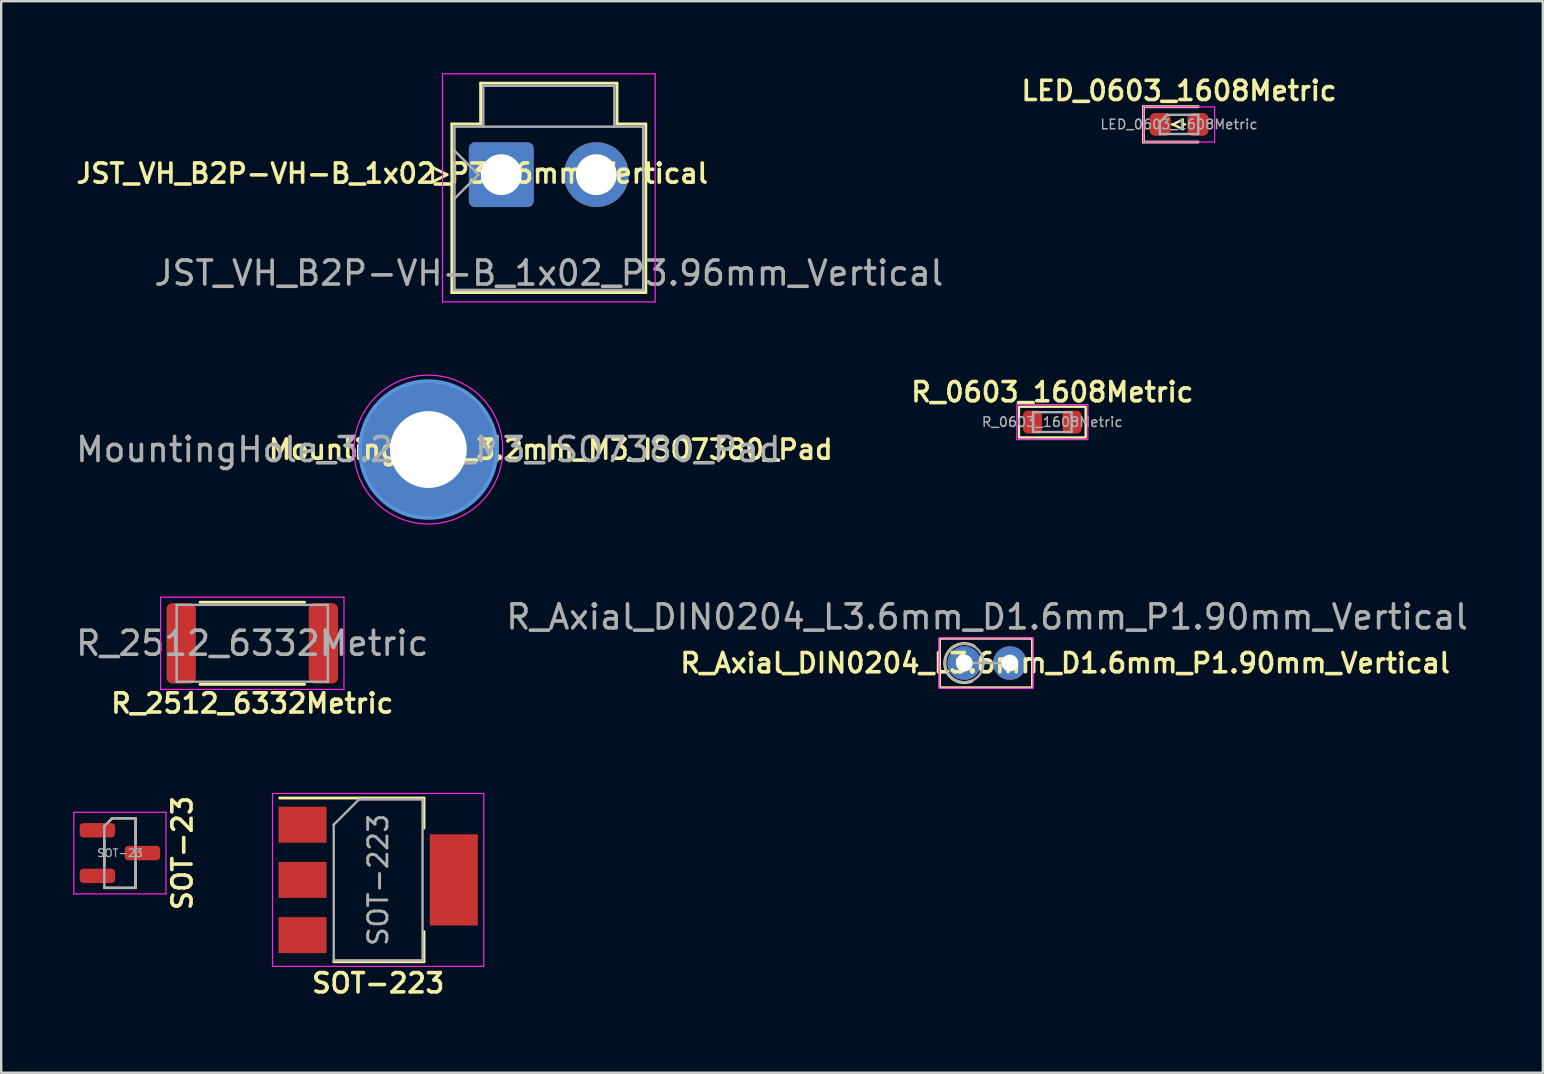
<source format=kicad_pcb>
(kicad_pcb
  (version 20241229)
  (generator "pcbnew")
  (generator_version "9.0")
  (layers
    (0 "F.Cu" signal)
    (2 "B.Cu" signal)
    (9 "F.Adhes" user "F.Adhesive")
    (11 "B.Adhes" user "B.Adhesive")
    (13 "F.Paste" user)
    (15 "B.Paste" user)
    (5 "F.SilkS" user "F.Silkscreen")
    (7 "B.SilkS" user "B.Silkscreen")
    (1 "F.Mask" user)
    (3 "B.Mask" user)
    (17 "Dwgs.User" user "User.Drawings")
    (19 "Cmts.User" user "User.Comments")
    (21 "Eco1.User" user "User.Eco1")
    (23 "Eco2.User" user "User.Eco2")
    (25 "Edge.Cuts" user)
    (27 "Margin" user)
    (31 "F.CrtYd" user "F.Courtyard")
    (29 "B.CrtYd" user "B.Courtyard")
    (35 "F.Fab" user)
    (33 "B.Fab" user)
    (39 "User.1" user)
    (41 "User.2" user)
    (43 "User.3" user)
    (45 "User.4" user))
  (footprint "SOT-223"
    (layer "F.Cu")
    (at 12.701 33.601)
    (property "Reference" "SOT-223" (at 0 4.3 0) (layer "F.SilkS") (effects (font (size 0.8 0.8) (thickness 0.15))))
    (attr smd)
    (fp_line (start -4.1 -3.41) (end 1.91 -3.41) (stroke (width 0.12) (type solid)) (layer "F.SilkS"))
    (fp_line (start -1.85 3.41) (end 1.91 3.41) (stroke (width 0.12) (type solid)) (layer "F.SilkS"))
    (fp_line (start 1.91 -3.41) (end 1.91 -2.15) (stroke (width 0.12) (type solid)) (layer "F.SilkS"))
    (fp_line (start 1.91 3.41) (end 1.91 2.15) (stroke (width 0.12) (type solid)) (layer "F.SilkS"))
    (fp_line (start -4.4 -3.6) (end -4.4 3.6) (stroke (width 0.05) (type solid)) (layer "F.CrtYd"))
    (fp_line (start -4.4 3.6) (end 4.4 3.6) (stroke (width 0.05) (type solid)) (layer "F.CrtYd"))
    (fp_line (start 4.4 -3.6) (end -4.4 -3.6) (stroke (width 0.05) (type solid)) (layer "F.CrtYd"))
    (fp_line (start 4.4 3.6) (end 4.4 -3.6) (stroke (width 0.05) (type solid)) (layer "F.CrtYd"))
    (fp_line (start -1.85 -2.3) (end -1.85 3.35) (stroke (width 0.1) (type solid)) (layer "F.Fab"))
    (fp_line (start -1.85 -2.3) (end -0.8 -3.35) (stroke (width 0.1) (type solid)) (layer "F.Fab"))
    (fp_line (start -1.85 3.35) (end 1.85 3.35) (stroke (width 0.1) (type solid)) (layer "F.Fab"))
    (fp_line (start -0.8 -3.35) (end 1.85 -3.35) (stroke (width 0.1) (type solid)) (layer "F.Fab"))
    (fp_line (start 1.85 -3.35) (end 1.85 3.35) (stroke (width 0.1) (type solid)) (layer "F.Fab"))
    (fp_text user "${REFERENCE}" (at 0 0 90) (layer "F.Fab") (effects (font (size 0.8 0.8) (thickness 0.12))))
    (pad "1" smd rect (at -3.15 -2.3) (size 2 1.5) (layers "F.Cu" "F.Mask" "F.Paste"))
    (pad "2" smd rect (at -3.15 0) (size 2 1.5) (layers "F.Cu" "F.Mask" "F.Paste"))
    (pad "3" smd rect (at -3.15 2.3) (size 2 1.5) (layers "F.Cu" "F.Mask" "F.Paste"))
    (pad "4" smd rect (at 3.15 0) (size 2 3.8) (layers "F.Cu" "F.Mask" "F.Paste")))
  (footprint "LED_0603_1608Metric"
    (layer "F.Cu")
    (at 46.061 2.131)
    (property "Reference" "LED_0603_1608Metric" (at 0 -1.4 0) (layer "F.SilkS") (effects (font (size 0.8 0.8) (thickness 0.15))))
    (attr smd)
    (fp_line (start -1.485 -0.735) (end -1.485 0.735) (stroke (width 0.12) (type solid)) (layer "F.SilkS"))
    (fp_line (start -1.485 0.735) (end 0.8 0.735) (stroke (width 0.12) (type solid)) (layer "F.SilkS"))
    (fp_line (start -0.25 0) (end -0.3 0) (stroke (width 0.1) (type default)) (layer "F.SilkS"))
    (fp_line (start -0.25 0) (end 0.15 0.2) (stroke (width 0.1) (type default)) (layer "F.SilkS"))
    (fp_line (start 0.15 -0.2) (end -0.25 0) (stroke (width 0.1) (type default)) (layer "F.SilkS"))
    (fp_line (start 0.15 0) (end 0.25 0) (stroke (width 0.1) (type default)) (layer "F.SilkS"))
    (fp_line (start 0.15 0.2) (end 0.15 -0.2) (stroke (width 0.1) (type default)) (layer "F.SilkS"))
    (fp_line (start 0.8 -0.735) (end -1.485 -0.735) (stroke (width 0.12) (type solid)) (layer "F.SilkS"))
    (fp_line (start -1.48 -0.73) (end 1.48 -0.73) (stroke (width 0.05) (type solid)) (layer "F.CrtYd"))
    (fp_line (start -1.48 0.73) (end -1.48 -0.73) (stroke (width 0.05) (type solid)) (layer "F.CrtYd"))
    (fp_line (start 1.48 -0.73) (end 1.48 0.73) (stroke (width 0.05) (type solid)) (layer "F.CrtYd"))
    (fp_line (start 1.48 0.73) (end -1.48 0.73) (stroke (width 0.05) (type solid)) (layer "F.CrtYd"))
    (fp_line (start -0.8 -0.1) (end -0.8 0.4) (stroke (width 0.1) (type solid)) (layer "F.Fab"))
    (fp_line (start -0.8 0.4) (end 0.8 0.4) (stroke (width 0.1) (type solid)) (layer "F.Fab"))
    (fp_line (start -0.5 -0.4) (end -0.8 -0.1) (stroke (width 0.1) (type solid)) (layer "F.Fab"))
    (fp_line (start 0.8 -0.4) (end -0.5 -0.4) (stroke (width 0.1) (type solid)) (layer "F.Fab"))
    (fp_line (start 0.8 0.4) (end 0.8 -0.4) (stroke (width 0.1) (type solid)) (layer "F.Fab"))
    (fp_text user "${REFERENCE}" (at 0 0 0) (layer "F.Fab") (effects (font (size 0.4 0.4) (thickness 0.06))))
    (pad "1" smd roundrect (at -0.787 0) (size 0.875 0.95) (layers "F.Cu" "F.Mask" "F.Paste") (roundrect_rratio 0.25))
    (pad "2" smd roundrect (at 0.787 0) (size 0.875 0.95) (layers "F.Cu" "F.Mask" "F.Paste") (roundrect_rratio 0.25)))
  (footprint "JST_VH_B2P-VH-B_1x02_P3.96mm_Vertical"
    (layer "F.Cu")
    (at 17.83 4.225)
    (property "Reference" "JST_VH_B2P-VH-B_1x02_P3.96mm_Vertical" (at -4.543 -0.05 0) (layer "F.SilkS") (effects (font (size 0.8 0.8) (thickness 0.15))))
    (attr through_hole)
    (fp_line (start -2.86 -0.3) (end -2.26 0) (stroke (width 0.12) (type solid)) (layer "F.SilkS"))
    (fp_line (start -2.86 0.3) (end -2.86 -0.3) (stroke (width 0.12) (type solid)) (layer "F.SilkS"))
    (fp_line (start -2.26 0) (end -2.86 0.3) (stroke (width 0.12) (type solid)) (layer "F.SilkS"))
    (fp_line (start -2.06 -2.11) (end -0.86 -2.11) (stroke (width 0.12) (type solid)) (layer "F.SilkS"))
    (fp_line (start -2.06 4.91) (end -2.06 -2.11) (stroke (width 0.12) (type solid)) (layer "F.SilkS"))
    (fp_line (start -0.86 -3.81) (end 4.82 -3.81) (stroke (width 0.12) (type solid)) (layer "F.SilkS"))
    (fp_line (start -0.86 -2.11) (end -0.86 -3.81) (stroke (width 0.12) (type solid)) (layer "F.SilkS"))
    (fp_line (start 4.82 -3.81) (end 4.82 -2.11) (stroke (width 0.12) (type solid)) (layer "F.SilkS"))
    (fp_line (start 4.82 -2.11) (end 6.02 -2.11) (stroke (width 0.12) (type solid)) (layer "F.SilkS"))
    (fp_line (start 6.02 -2.11) (end 6.02 4.91) (stroke (width 0.12) (type solid)) (layer "F.SilkS"))
    (fp_line (start 6.02 4.91) (end -2.06 4.91) (stroke (width 0.12) (type solid)) (layer "F.SilkS"))
    (fp_line (start -2.45 -4.2) (end -2.45 5.3) (stroke (width 0.05) (type solid)) (layer "F.CrtYd"))
    (fp_line (start -2.45 5.3) (end 6.41 5.3) (stroke (width 0.05) (type solid)) (layer "F.CrtYd"))
    (fp_line (start 6.41 -4.2) (end -2.45 -4.2) (stroke (width 0.05) (type solid)) (layer "F.CrtYd"))
    (fp_line (start 6.41 5.3) (end 6.41 -4.2) (stroke (width 0.05) (type solid)) (layer "F.CrtYd"))
    (fp_line (start -1.95 -2) (end -1.95 4.8) (stroke (width 0.1) (type solid)) (layer "F.Fab"))
    (fp_line (start -1.95 -1) (end -0.95 0) (stroke (width 0.1) (type solid)) (layer "F.Fab"))
    (fp_line (start -1.95 1) (end -0.95 0) (stroke (width 0.1) (type solid)) (layer "F.Fab"))
    (fp_line (start -1.95 4.8) (end 5.91 4.8) (stroke (width 0.1) (type solid)) (layer "F.Fab"))
    (fp_line (start -0.75 -3.7) (end 4.71 -3.7) (stroke (width 0.1) (type solid)) (layer "F.Fab"))
    (fp_line (start -0.75 -2) (end -0.75 -3.7) (stroke (width 0.1) (type solid)) (layer "F.Fab"))
    (fp_line (start 4.71 -3.7) (end 4.71 -2) (stroke (width 0.1) (type solid)) (layer "F.Fab"))
    (fp_line (start 5.91 -2) (end -1.95 -2) (stroke (width 0.1) (type solid)) (layer "F.Fab"))
    (fp_line (start 5.91 4.8) (end 5.91 -2) (stroke (width 0.1) (type solid)) (layer "F.Fab"))
    (fp_text user "${REFERENCE}" (at 1.98 4.1 0) (layer "F.Fab") (effects (font (size 1 1) (thickness 0.15))))
    (pad "1" thru_hole roundrect (at 0 0) (size 2.7 2.7) (drill 1.7) (layers "*.Cu" "*.Mask") (roundrect_rratio 0.093))
    (pad "2" thru_hole circle (at 3.96 0) (size 2.7 2.7) (drill 1.7) (layers "*.Cu" "*.Mask")))
  (footprint "SOT-23"
    (layer "F.Cu")
    (at 1.945 32.483)
    (property "Reference" "SOT-23" (at 2.6 0 90) (layer "F.SilkS") (effects (font (size 0.8 0.8) (thickness 0.15))))
    (attr smd)
    (fp_line (start -0.65 -0.54) (end -0.65 0.56) (stroke (width 0.1) (type default)) (layer "F.SilkS"))
    (fp_line (start -0.32 -1.45) (end -0.46 -1.31) (stroke (width 0.1) (type default)) (layer "F.SilkS"))
    (fp_line (start 0.65 -1.45) (end -0.32 -1.45) (stroke (width 0.1) (type default)) (layer "F.SilkS"))
    (fp_line (start 0.65 -1.45) (end 0.65 -0.38) (stroke (width 0.1) (type default)) (layer "F.SilkS"))
    (fp_line (start 0.65 0.38) (end 0.65 1.45) (stroke (width 0.1) (type default)) (layer "F.SilkS"))
    (fp_line (start 0.65 1.45) (end -0.65 1.45) (stroke (width 0.1) (type default)) (layer "F.SilkS"))
    (fp_line (start -1.92 -1.7) (end -1.92 1.7) (stroke (width 0.05) (type solid)) (layer "F.CrtYd"))
    (fp_line (start -1.92 1.7) (end 1.92 1.7) (stroke (width 0.05) (type solid)) (layer "F.CrtYd"))
    (fp_line (start 1.92 -1.7) (end -1.92 -1.7) (stroke (width 0.05) (type solid)) (layer "F.CrtYd"))
    (fp_line (start 1.92 1.7) (end 1.92 -1.7) (stroke (width 0.05) (type solid)) (layer "F.CrtYd"))
    (fp_line (start -0.65 -1.125) (end -0.325 -1.45) (stroke (width 0.1) (type solid)) (layer "F.Fab"))
    (fp_line (start -0.65 1.45) (end -0.65 -1.125) (stroke (width 0.1) (type solid)) (layer "F.Fab"))
    (fp_line (start -0.325 -1.45) (end 0.65 -1.45) (stroke (width 0.1) (type solid)) (layer "F.Fab"))
    (fp_line (start 0.65 -1.45) (end 0.65 1.45) (stroke (width 0.1) (type solid)) (layer "F.Fab"))
    (fp_line (start 0.65 1.45) (end -0.65 1.45) (stroke (width 0.1) (type solid)) (layer "F.Fab"))
    (fp_text user "${REFERENCE}" (at 0 0 0) (layer "F.Fab") (effects (font (size 0.32 0.32) (thickness 0.05))))
    (pad "1" smd roundrect (at -0.938 -0.95) (size 1.475 0.6) (layers "F.Cu" "F.Mask" "F.Paste") (roundrect_rratio 0.25))
    (pad "2" smd roundrect (at -0.938 0.95) (size 1.475 0.6) (layers "F.Cu" "F.Mask" "F.Paste") (roundrect_rratio 0.25))
    (pad "3" smd roundrect (at 0.938 0) (size 1.475 0.6) (layers "F.Cu" "F.Mask" "F.Paste") (roundrect_rratio 0.25)))
  (footprint "R_0603_1608Metric"
    (layer "F.Cu")
    (at 40.782 14.531)
    (property "Reference" "R_0603_1608Metric" (at 0 -1.25 0) (layer "F.SilkS") (effects (font (size 0.8 0.8) (thickness 0.15))))
    (attr smd)
    (fp_rect (start -1.39 -0.64) (end 1.39 0.64) (stroke (width 0.1) (type default)) (fill no) (layer "F.SilkS"))
    (fp_line (start -1.48 -0.73) (end 1.48 -0.73) (stroke (width 0.05) (type solid)) (layer "F.CrtYd"))
    (fp_line (start -1.48 0.73) (end -1.48 -0.73) (stroke (width 0.05) (type solid)) (layer "F.CrtYd"))
    (fp_line (start 1.48 -0.73) (end 1.48 0.73) (stroke (width 0.05) (type solid)) (layer "F.CrtYd"))
    (fp_line (start 1.48 0.73) (end -1.48 0.73) (stroke (width 0.05) (type solid)) (layer "F.CrtYd"))
    (fp_line (start -0.8 -0.412) (end 0.8 -0.412) (stroke (width 0.1) (type solid)) (layer "F.Fab"))
    (fp_line (start -0.8 0.412) (end -0.8 -0.412) (stroke (width 0.1) (type solid)) (layer "F.Fab"))
    (fp_line (start 0.8 -0.412) (end 0.8 0.412) (stroke (width 0.1) (type solid)) (layer "F.Fab"))
    (fp_line (start 0.8 0.412) (end -0.8 0.412) (stroke (width 0.1) (type solid)) (layer "F.Fab"))
    (fp_text user "${REFERENCE}" (at 0 0 0) (layer "F.Fab") (effects (font (size 0.4 0.4) (thickness 0.06))))
    (pad "1" smd roundrect (at -0.825 0) (size 0.8 0.95) (layers "F.Cu" "F.Mask" "F.Paste") (roundrect_rratio 0.25))
    (pad "2" smd roundrect (at 0.825 0) (size 0.8 0.95) (layers "F.Cu" "F.Mask" "F.Paste") (roundrect_rratio 0.25)))
  (footprint "R_2512_6332Metric"
    (layer "F.Cu")
    (at 7.458 23.745)
    (property "Reference" "R_2512_6332Metric" (at 0 2.5 180) (layer "F.SilkS") (effects (font (size 0.8 0.8) (thickness 0.15))))
    (attr smd)
    (fp_line (start -2.177 -1.71) (end 2.177 -1.71) (stroke (width 0.12) (type solid)) (layer "F.SilkS"))
    (fp_line (start -2.177 1.71) (end 2.177 1.71) (stroke (width 0.12) (type solid)) (layer "F.SilkS"))
    (fp_line (start -3.82 -1.92) (end 3.82 -1.92) (stroke (width 0.05) (type solid)) (layer "F.CrtYd"))
    (fp_line (start -3.82 1.92) (end -3.82 -1.92) (stroke (width 0.05) (type solid)) (layer "F.CrtYd"))
    (fp_line (start 3.82 -1.92) (end 3.82 1.92) (stroke (width 0.05) (type solid)) (layer "F.CrtYd"))
    (fp_line (start 3.82 1.92) (end -3.82 1.92) (stroke (width 0.05) (type solid)) (layer "F.CrtYd"))
    (fp_line (start -3.15 -1.6) (end 3.15 -1.6) (stroke (width 0.1) (type solid)) (layer "F.Fab"))
    (fp_line (start -3.15 1.6) (end -3.15 -1.6) (stroke (width 0.1) (type solid)) (layer "F.Fab"))
    (fp_line (start 3.15 -1.6) (end 3.15 1.6) (stroke (width 0.1) (type solid)) (layer "F.Fab"))
    (fp_line (start 3.15 1.6) (end -3.15 1.6) (stroke (width 0.1) (type solid)) (layer "F.Fab"))
    (fp_text user "${REFERENCE}" (at 0 0 180) (layer "F.Fab") (effects (font (size 1 1) (thickness 0.15))))
    (pad "1" smd roundrect (at -2.962 0) (size 1.225 3.35) (layers "F.Cu" "F.Mask" "F.Paste") (roundrect_rratio 0.204))
    (pad "2" smd roundrect (at 2.962 0) (size 1.225 3.35) (layers "F.Cu" "F.Mask" "F.Paste") (roundrect_rratio 0.204)))
  (footprint "R_Axial_DIN0204_L3.6mm_D1.6mm_P1.90mm_Vertical"
    (layer "F.Cu")
    (at 37.115 24.568)
    (property "Reference" "R_Axial_DIN0204_L3.6mm_D1.6mm_P1.90mm_Vertical" (at 4.205 0 180) (layer "F.SilkS") (effects (font (size 0.8 0.8) (thickness 0.15))))
    (attr through_hole)
    (fp_rect (start -1.02 -1.02) (end 2.83 1.02) (stroke (width 0.1) (type default)) (fill no) (layer "F.SilkS"))
    (fp_arc (start 0.320095 0.749359) (mid -0.813042 -0.054435) (end 0.417133 -0.7) (stroke (width 0.12) (type solid)) (layer "F.SilkS"))
    (fp_line (start -1.05 -1.05) (end -1.05 1.05) (stroke (width 0.05) (type solid)) (layer "F.CrtYd"))
    (fp_line (start -1.05 1.05) (end 2.86 1.05) (stroke (width 0.05) (type solid)) (layer "F.CrtYd"))
    (fp_line (start 2.86 -1.05) (end -1.05 -1.05) (stroke (width 0.05) (type solid)) (layer "F.CrtYd"))
    (fp_line (start 2.86 1.05) (end 2.86 -1.05) (stroke (width 0.05) (type solid)) (layer "F.CrtYd"))
    (fp_line (start 0 0) (end 1.9 0) (stroke (width 0.1) (type solid)) (layer "F.Fab"))
    (fp_circle (center 0 0) (end 0.8 0) (stroke (width 0.1) (type solid)) (fill no) (layer "F.Fab"))
    (fp_text user "${REFERENCE}" (at 0.95 -1.92 180) (layer "F.Fab") (effects (font (size 1 1) (thickness 0.15))))
    (pad "1" thru_hole circle (at 0 0) (size 1.4 1.4) (drill 0.7) (layers "*.Cu" "*.Mask"))
    (pad "2" thru_hole oval (at 1.9 0) (size 1.4 1.4) (drill 0.7) (layers "*.Cu" "*.Mask")))
  (footprint "MountingHole_3.2mm_M3_ISO7380_Pad"
    (layer "F.Cu")
    (at 14.792 15.675)
    (property "Reference" "MountingHole_3.2mm_M3_ISO7380_Pad" (at 5.1 0 0) (layer "F.SilkS") (effects (font (size 0.8 0.8) (thickness 0.15))))
    (attr exclude_from_pos_files)
    (fp_circle (center 0 0) (end 2.85 0) (stroke (width 0.15) (type solid)) (fill no) (layer "Cmts.User"))
    (fp_circle (center 0 0) (end 3.1 0) (stroke (width 0.05) (type solid)) (fill no) (layer "F.CrtYd"))
    (fp_text user "${REFERENCE}" (at 0 0 0) (layer "F.Fab") (effects (font (size 1 1) (thickness 0.15))))
    (pad "1" thru_hole circle (at 0 0) (size 5.7 5.7) (drill 3.2) (layers "*.Cu" "*.Mask")))
  (gr_rect
    (start -3 -3)
    (end 61.214 41.633)
    (stroke (width 0.1) (type default))
    (fill no)
    (layer "Edge.Cuts")))
</source>
